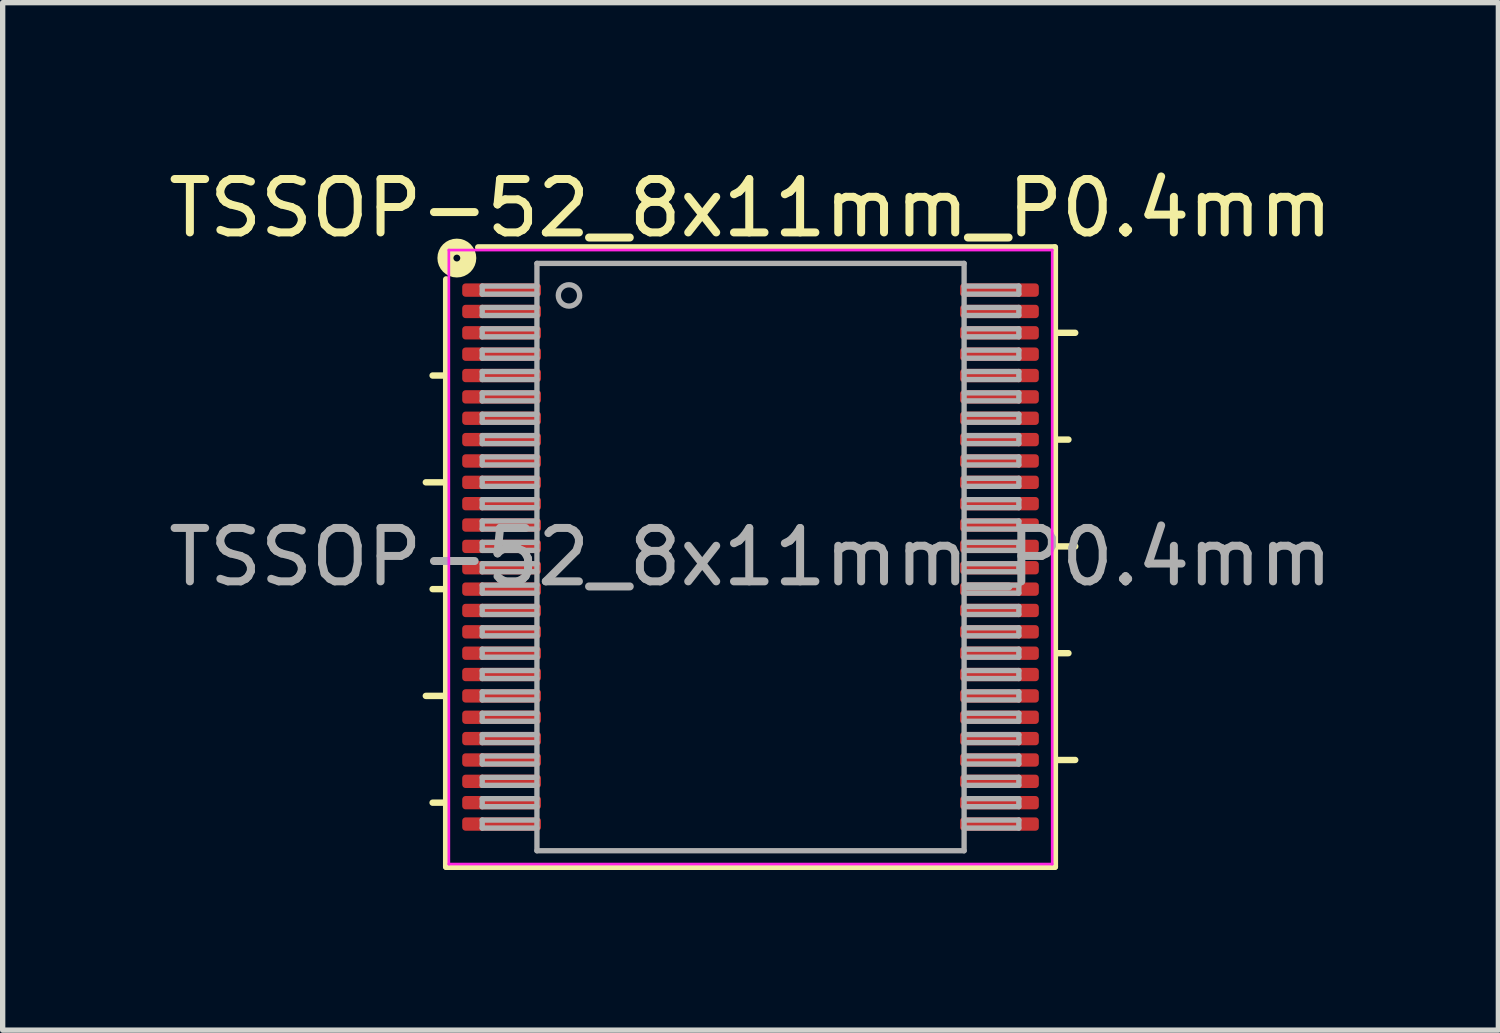
<source format=kicad_pcb>
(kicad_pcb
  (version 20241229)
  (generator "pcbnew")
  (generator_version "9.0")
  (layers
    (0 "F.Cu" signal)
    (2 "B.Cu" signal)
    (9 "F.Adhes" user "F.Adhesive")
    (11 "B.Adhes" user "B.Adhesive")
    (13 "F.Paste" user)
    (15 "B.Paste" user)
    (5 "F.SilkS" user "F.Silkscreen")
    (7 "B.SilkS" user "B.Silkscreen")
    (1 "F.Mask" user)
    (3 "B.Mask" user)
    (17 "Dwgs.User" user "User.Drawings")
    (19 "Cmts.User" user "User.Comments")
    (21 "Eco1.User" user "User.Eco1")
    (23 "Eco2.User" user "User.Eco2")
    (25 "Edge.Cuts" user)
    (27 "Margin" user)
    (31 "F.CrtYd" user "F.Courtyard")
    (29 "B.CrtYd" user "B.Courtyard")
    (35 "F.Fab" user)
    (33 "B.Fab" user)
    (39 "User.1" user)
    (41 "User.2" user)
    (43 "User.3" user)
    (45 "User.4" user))
  (footprint "TSSOP-52_8x11mm_P0.4mm"
    (layer "F.Cu")
    (at 11.006 7.383)
    (property "Reference" "TSSOP-52_8x11mm_P0.4mm" (at 0 -6.535 0) (layer "F.SilkS") (effects (font (size 1 1) (thickness 0.15))))
    (attr smd)
    (fp_line (start -5.7 -5.2) (end -5.7 5.8) (stroke (width 0.12) (type solid)) (layer "F.SilkS"))
    (fp_line (start -5.7 -3.4) (end -5.954 -3.4) (stroke (width 0.12) (type solid)) (layer "F.SilkS"))
    (fp_line (start -5.7 -1.4) (end -6.081 -1.4) (stroke (width 0.12) (type solid)) (layer "F.SilkS"))
    (fp_line (start -5.7 0.6) (end -5.954 0.6) (stroke (width 0.12) (type solid)) (layer "F.SilkS"))
    (fp_line (start -5.7 2.6) (end -6.081 2.6) (stroke (width 0.12) (type solid)) (layer "F.SilkS"))
    (fp_line (start -5.7 4.6) (end -5.954 4.6) (stroke (width 0.12) (type solid)) (layer "F.SilkS"))
    (fp_line (start -5.7 5.8) (end 5.7 5.8) (stroke (width 0.12) (type solid)) (layer "F.SilkS"))
    (fp_line (start 5.7 -5.8) (end -5.1 -5.8) (stroke (width 0.12) (type solid)) (layer "F.SilkS"))
    (fp_line (start 5.7 -4.2) (end 6.081 -4.2) (stroke (width 0.12) (type solid)) (layer "F.SilkS"))
    (fp_line (start 5.7 -2.2) (end 5.954 -2.2) (stroke (width 0.12) (type solid)) (layer "F.SilkS"))
    (fp_line (start 5.7 -0.2) (end 6.081 -0.2) (stroke (width 0.12) (type solid)) (layer "F.SilkS"))
    (fp_line (start 5.7 1.8) (end 5.954 1.8) (stroke (width 0.12) (type solid)) (layer "F.SilkS"))
    (fp_line (start 5.7 3.8) (end 6.081 3.8) (stroke (width 0.12) (type solid)) (layer "F.SilkS"))
    (fp_line (start 5.7 5.8) (end 5.7 -5.8) (stroke (width 0.12) (type solid)) (layer "F.SilkS"))
    (fp_circle (center -5.5 -5.6) (end -5.436 -5.6) (stroke (width 0.3) (type solid)) (fill no) (layer "F.SilkS"))
    (fp_line (start -5.65 -5.75) (end -5.65 5.75) (stroke (width 0.05) (type solid)) (layer "F.CrtYd"))
    (fp_line (start -5.65 5.75) (end 5.65 5.75) (stroke (width 0.05) (type solid)) (layer "F.CrtYd"))
    (fp_line (start 5.65 -5.75) (end -5.65 -5.75) (stroke (width 0.05) (type solid)) (layer "F.CrtYd"))
    (fp_line (start 5.65 5.75) (end 5.65 -5.75) (stroke (width 0.05) (type solid)) (layer "F.CrtYd"))
    (fp_line (start -5.025 -5.075) (end -5.025 -4.925) (stroke (width 0.1) (type solid)) (layer "F.Fab"))
    (fp_line (start -5.025 -5.075) (end -4 -5.075) (stroke (width 0.1) (type solid)) (layer "F.Fab"))
    (fp_line (start -5.025 -4.925) (end -4 -4.925) (stroke (width 0.1) (type solid)) (layer "F.Fab"))
    (fp_line (start -5.025 -4.675) (end -5.025 -4.525) (stroke (width 0.1) (type solid)) (layer "F.Fab"))
    (fp_line (start -5.025 -4.675) (end -4 -4.675) (stroke (width 0.1) (type solid)) (layer "F.Fab"))
    (fp_line (start -5.025 -4.525) (end -4 -4.525) (stroke (width 0.1) (type solid)) (layer "F.Fab"))
    (fp_line (start -5.025 -4.275) (end -5.025 -4.125) (stroke (width 0.1) (type solid)) (layer "F.Fab"))
    (fp_line (start -5.025 -4.275) (end -4 -4.275) (stroke (width 0.1) (type solid)) (layer "F.Fab"))
    (fp_line (start -5.025 -4.125) (end -4 -4.125) (stroke (width 0.1) (type solid)) (layer "F.Fab"))
    (fp_line (start -5.025 -3.875) (end -5.025 -3.725) (stroke (width 0.1) (type solid)) (layer "F.Fab"))
    (fp_line (start -5.025 -3.875) (end -4 -3.875) (stroke (width 0.1) (type solid)) (layer "F.Fab"))
    (fp_line (start -5.025 -3.725) (end -4 -3.725) (stroke (width 0.1) (type solid)) (layer "F.Fab"))
    (fp_line (start -5.025 -3.475) (end -5.025 -3.325) (stroke (width 0.1) (type solid)) (layer "F.Fab"))
    (fp_line (start -5.025 -3.475) (end -4 -3.475) (stroke (width 0.1) (type solid)) (layer "F.Fab"))
    (fp_line (start -5.025 -3.325) (end -4 -3.325) (stroke (width 0.1) (type solid)) (layer "F.Fab"))
    (fp_line (start -5.025 -3.075) (end -5.025 -2.925) (stroke (width 0.1) (type solid)) (layer "F.Fab"))
    (fp_line (start -5.025 -3.075) (end -4 -3.075) (stroke (width 0.1) (type solid)) (layer "F.Fab"))
    (fp_line (start -5.025 -2.925) (end -4 -2.925) (stroke (width 0.1) (type solid)) (layer "F.Fab"))
    (fp_line (start -5.025 -2.675) (end -5.025 -2.525) (stroke (width 0.1) (type solid)) (layer "F.Fab"))
    (fp_line (start -5.025 -2.675) (end -4 -2.675) (stroke (width 0.1) (type solid)) (layer "F.Fab"))
    (fp_line (start -5.025 -2.525) (end -4 -2.525) (stroke (width 0.1) (type solid)) (layer "F.Fab"))
    (fp_line (start -5.025 -2.275) (end -5.025 -2.125) (stroke (width 0.1) (type solid)) (layer "F.Fab"))
    (fp_line (start -5.025 -2.275) (end -4 -2.275) (stroke (width 0.1) (type solid)) (layer "F.Fab"))
    (fp_line (start -5.025 -2.125) (end -4 -2.125) (stroke (width 0.1) (type solid)) (layer "F.Fab"))
    (fp_line (start -5.025 -1.875) (end -5.025 -1.725) (stroke (width 0.1) (type solid)) (layer "F.Fab"))
    (fp_line (start -5.025 -1.875) (end -4 -1.875) (stroke (width 0.1) (type solid)) (layer "F.Fab"))
    (fp_line (start -5.025 -1.725) (end -4 -1.725) (stroke (width 0.1) (type solid)) (layer "F.Fab"))
    (fp_line (start -5.025 -1.475) (end -5.025 -1.325) (stroke (width 0.1) (type solid)) (layer "F.Fab"))
    (fp_line (start -5.025 -1.475) (end -4 -1.475) (stroke (width 0.1) (type solid)) (layer "F.Fab"))
    (fp_line (start -5.025 -1.325) (end -4 -1.325) (stroke (width 0.1) (type solid)) (layer "F.Fab"))
    (fp_line (start -5.025 -1.075) (end -5.025 -0.925) (stroke (width 0.1) (type solid)) (layer "F.Fab"))
    (fp_line (start -5.025 -1.075) (end -4 -1.075) (stroke (width 0.1) (type solid)) (layer "F.Fab"))
    (fp_line (start -5.025 -0.925) (end -4 -0.925) (stroke (width 0.1) (type solid)) (layer "F.Fab"))
    (fp_line (start -5.025 -0.675) (end -5.025 -0.525) (stroke (width 0.1) (type solid)) (layer "F.Fab"))
    (fp_line (start -5.025 -0.675) (end -4 -0.675) (stroke (width 0.1) (type solid)) (layer "F.Fab"))
    (fp_line (start -5.025 -0.525) (end -4 -0.525) (stroke (width 0.1) (type solid)) (layer "F.Fab"))
    (fp_line (start -5.025 -0.275) (end -5.025 -0.125) (stroke (width 0.1) (type solid)) (layer "F.Fab"))
    (fp_line (start -5.025 -0.275) (end -4 -0.275) (stroke (width 0.1) (type solid)) (layer "F.Fab"))
    (fp_line (start -5.025 -0.125) (end -4 -0.125) (stroke (width 0.1) (type solid)) (layer "F.Fab"))
    (fp_line (start -5.025 0.125) (end -5.025 0.275) (stroke (width 0.1) (type solid)) (layer "F.Fab"))
    (fp_line (start -5.025 0.125) (end -4 0.125) (stroke (width 0.1) (type solid)) (layer "F.Fab"))
    (fp_line (start -5.025 0.275) (end -4 0.275) (stroke (width 0.1) (type solid)) (layer "F.Fab"))
    (fp_line (start -5.025 0.525) (end -5.025 0.675) (stroke (width 0.1) (type solid)) (layer "F.Fab"))
    (fp_line (start -5.025 0.525) (end -4 0.525) (stroke (width 0.1) (type solid)) (layer "F.Fab"))
    (fp_line (start -5.025 0.675) (end -4 0.675) (stroke (width 0.1) (type solid)) (layer "F.Fab"))
    (fp_line (start -5.025 0.925) (end -5.025 1.075) (stroke (width 0.1) (type solid)) (layer "F.Fab"))
    (fp_line (start -5.025 0.925) (end -4 0.925) (stroke (width 0.1) (type solid)) (layer "F.Fab"))
    (fp_line (start -5.025 1.075) (end -4 1.075) (stroke (width 0.1) (type solid)) (layer "F.Fab"))
    (fp_line (start -5.025 1.325) (end -5.025 1.475) (stroke (width 0.1) (type solid)) (layer "F.Fab"))
    (fp_line (start -5.025 1.325) (end -4 1.325) (stroke (width 0.1) (type solid)) (layer "F.Fab"))
    (fp_line (start -5.025 1.475) (end -4 1.475) (stroke (width 0.1) (type solid)) (layer "F.Fab"))
    (fp_line (start -5.025 1.725) (end -5.025 1.875) (stroke (width 0.1) (type solid)) (layer "F.Fab"))
    (fp_line (start -5.025 1.725) (end -4 1.725) (stroke (width 0.1) (type solid)) (layer "F.Fab"))
    (fp_line (start -5.025 1.875) (end -4 1.875) (stroke (width 0.1) (type solid)) (layer "F.Fab"))
    (fp_line (start -5.025 2.125) (end -5.025 2.275) (stroke (width 0.1) (type solid)) (layer "F.Fab"))
    (fp_line (start -5.025 2.125) (end -4 2.125) (stroke (width 0.1) (type solid)) (layer "F.Fab"))
    (fp_line (start -5.025 2.275) (end -4 2.275) (stroke (width 0.1) (type solid)) (layer "F.Fab"))
    (fp_line (start -5.025 2.525) (end -5.025 2.675) (stroke (width 0.1) (type solid)) (layer "F.Fab"))
    (fp_line (start -5.025 2.525) (end -4 2.525) (stroke (width 0.1) (type solid)) (layer "F.Fab"))
    (fp_line (start -5.025 2.675) (end -4 2.675) (stroke (width 0.1) (type solid)) (layer "F.Fab"))
    (fp_line (start -5.025 2.925) (end -5.025 3.075) (stroke (width 0.1) (type solid)) (layer "F.Fab"))
    (fp_line (start -5.025 2.925) (end -4 2.925) (stroke (width 0.1) (type solid)) (layer "F.Fab"))
    (fp_line (start -5.025 3.075) (end -4 3.075) (stroke (width 0.1) (type solid)) (layer "F.Fab"))
    (fp_line (start -5.025 3.325) (end -5.025 3.475) (stroke (width 0.1) (type solid)) (layer "F.Fab"))
    (fp_line (start -5.025 3.325) (end -4 3.325) (stroke (width 0.1) (type solid)) (layer "F.Fab"))
    (fp_line (start -5.025 3.475) (end -4 3.475) (stroke (width 0.1) (type solid)) (layer "F.Fab"))
    (fp_line (start -5.025 3.725) (end -5.025 3.875) (stroke (width 0.1) (type solid)) (layer "F.Fab"))
    (fp_line (start -5.025 3.725) (end -4 3.725) (stroke (width 0.1) (type solid)) (layer "F.Fab"))
    (fp_line (start -5.025 3.875) (end -4 3.875) (stroke (width 0.1) (type solid)) (layer "F.Fab"))
    (fp_line (start -5.025 4.125) (end -5.025 4.275) (stroke (width 0.1) (type solid)) (layer "F.Fab"))
    (fp_line (start -5.025 4.125) (end -4 4.125) (stroke (width 0.1) (type solid)) (layer "F.Fab"))
    (fp_line (start -5.025 4.275) (end -4 4.275) (stroke (width 0.1) (type solid)) (layer "F.Fab"))
    (fp_line (start -5.025 4.525) (end -5.025 4.675) (stroke (width 0.1) (type solid)) (layer "F.Fab"))
    (fp_line (start -5.025 4.525) (end -4 4.525) (stroke (width 0.1) (type solid)) (layer "F.Fab"))
    (fp_line (start -5.025 4.675) (end -4 4.675) (stroke (width 0.1) (type solid)) (layer "F.Fab"))
    (fp_line (start -5.025 4.925) (end -5.025 5.075) (stroke (width 0.1) (type solid)) (layer "F.Fab"))
    (fp_line (start -5.025 4.925) (end -4 4.925) (stroke (width 0.1) (type solid)) (layer "F.Fab"))
    (fp_line (start -5.025 5.075) (end -4 5.075) (stroke (width 0.1) (type solid)) (layer "F.Fab"))
    (fp_line (start -4 -5.5) (end 4 -5.5) (stroke (width 0.1) (type solid)) (layer "F.Fab"))
    (fp_line (start -4 5.5) (end -4 -5.5) (stroke (width 0.1) (type solid)) (layer "F.Fab"))
    (fp_line (start 4 -5.5) (end 4 5.5) (stroke (width 0.1) (type solid)) (layer "F.Fab"))
    (fp_line (start 4 5.5) (end -4 5.5) (stroke (width 0.1) (type solid)) (layer "F.Fab"))
    (fp_line (start 5.025 -5.075) (end 4 -5.075) (stroke (width 0.1) (type solid)) (layer "F.Fab"))
    (fp_line (start 5.025 -4.925) (end 4 -4.925) (stroke (width 0.1) (type solid)) (layer "F.Fab"))
    (fp_line (start 5.025 -4.925) (end 5.025 -5.075) (stroke (width 0.1) (type solid)) (layer "F.Fab"))
    (fp_line (start 5.025 -4.675) (end 4 -4.675) (stroke (width 0.1) (type solid)) (layer "F.Fab"))
    (fp_line (start 5.025 -4.525) (end 4 -4.525) (stroke (width 0.1) (type solid)) (layer "F.Fab"))
    (fp_line (start 5.025 -4.525) (end 5.025 -4.675) (stroke (width 0.1) (type solid)) (layer "F.Fab"))
    (fp_line (start 5.025 -4.275) (end 4 -4.275) (stroke (width 0.1) (type solid)) (layer "F.Fab"))
    (fp_line (start 5.025 -4.125) (end 4 -4.125) (stroke (width 0.1) (type solid)) (layer "F.Fab"))
    (fp_line (start 5.025 -4.125) (end 5.025 -4.275) (stroke (width 0.1) (type solid)) (layer "F.Fab"))
    (fp_line (start 5.025 -3.875) (end 4 -3.875) (stroke (width 0.1) (type solid)) (layer "F.Fab"))
    (fp_line (start 5.025 -3.725) (end 4 -3.725) (stroke (width 0.1) (type solid)) (layer "F.Fab"))
    (fp_line (start 5.025 -3.725) (end 5.025 -3.875) (stroke (width 0.1) (type solid)) (layer "F.Fab"))
    (fp_line (start 5.025 -3.475) (end 4 -3.475) (stroke (width 0.1) (type solid)) (layer "F.Fab"))
    (fp_line (start 5.025 -3.325) (end 4 -3.325) (stroke (width 0.1) (type solid)) (layer "F.Fab"))
    (fp_line (start 5.025 -3.325) (end 5.025 -3.475) (stroke (width 0.1) (type solid)) (layer "F.Fab"))
    (fp_line (start 5.025 -3.075) (end 4 -3.075) (stroke (width 0.1) (type solid)) (layer "F.Fab"))
    (fp_line (start 5.025 -2.925) (end 4 -2.925) (stroke (width 0.1) (type solid)) (layer "F.Fab"))
    (fp_line (start 5.025 -2.925) (end 5.025 -3.075) (stroke (width 0.1) (type solid)) (layer "F.Fab"))
    (fp_line (start 5.025 -2.675) (end 4 -2.675) (stroke (width 0.1) (type solid)) (layer "F.Fab"))
    (fp_line (start 5.025 -2.525) (end 4 -2.525) (stroke (width 0.1) (type solid)) (layer "F.Fab"))
    (fp_line (start 5.025 -2.525) (end 5.025 -2.675) (stroke (width 0.1) (type solid)) (layer "F.Fab"))
    (fp_line (start 5.025 -2.275) (end 4 -2.275) (stroke (width 0.1) (type solid)) (layer "F.Fab"))
    (fp_line (start 5.025 -2.125) (end 4 -2.125) (stroke (width 0.1) (type solid)) (layer "F.Fab"))
    (fp_line (start 5.025 -2.125) (end 5.025 -2.275) (stroke (width 0.1) (type solid)) (layer "F.Fab"))
    (fp_line (start 5.025 -1.875) (end 4 -1.875) (stroke (width 0.1) (type solid)) (layer "F.Fab"))
    (fp_line (start 5.025 -1.725) (end 4 -1.725) (stroke (width 0.1) (type solid)) (layer "F.Fab"))
    (fp_line (start 5.025 -1.725) (end 5.025 -1.875) (stroke (width 0.1) (type solid)) (layer "F.Fab"))
    (fp_line (start 5.025 -1.475) (end 4 -1.475) (stroke (width 0.1) (type solid)) (layer "F.Fab"))
    (fp_line (start 5.025 -1.325) (end 4 -1.325) (stroke (width 0.1) (type solid)) (layer "F.Fab"))
    (fp_line (start 5.025 -1.325) (end 5.025 -1.475) (stroke (width 0.1) (type solid)) (layer "F.Fab"))
    (fp_line (start 5.025 -1.075) (end 4 -1.075) (stroke (width 0.1) (type solid)) (layer "F.Fab"))
    (fp_line (start 5.025 -0.925) (end 4 -0.925) (stroke (width 0.1) (type solid)) (layer "F.Fab"))
    (fp_line (start 5.025 -0.925) (end 5.025 -1.075) (stroke (width 0.1) (type solid)) (layer "F.Fab"))
    (fp_line (start 5.025 -0.675) (end 4 -0.675) (stroke (width 0.1) (type solid)) (layer "F.Fab"))
    (fp_line (start 5.025 -0.525) (end 4 -0.525) (stroke (width 0.1) (type solid)) (layer "F.Fab"))
    (fp_line (start 5.025 -0.525) (end 5.025 -0.675) (stroke (width 0.1) (type solid)) (layer "F.Fab"))
    (fp_line (start 5.025 -0.275) (end 4 -0.275) (stroke (width 0.1) (type solid)) (layer "F.Fab"))
    (fp_line (start 5.025 -0.125) (end 4 -0.125) (stroke (width 0.1) (type solid)) (layer "F.Fab"))
    (fp_line (start 5.025 -0.125) (end 5.025 -0.275) (stroke (width 0.1) (type solid)) (layer "F.Fab"))
    (fp_line (start 5.025 0.125) (end 4 0.125) (stroke (width 0.1) (type solid)) (layer "F.Fab"))
    (fp_line (start 5.025 0.275) (end 4 0.275) (stroke (width 0.1) (type solid)) (layer "F.Fab"))
    (fp_line (start 5.025 0.275) (end 5.025 0.125) (stroke (width 0.1) (type solid)) (layer "F.Fab"))
    (fp_line (start 5.025 0.525) (end 4 0.525) (stroke (width 0.1) (type solid)) (layer "F.Fab"))
    (fp_line (start 5.025 0.675) (end 4 0.675) (stroke (width 0.1) (type solid)) (layer "F.Fab"))
    (fp_line (start 5.025 0.675) (end 5.025 0.525) (stroke (width 0.1) (type solid)) (layer "F.Fab"))
    (fp_line (start 5.025 0.925) (end 4 0.925) (stroke (width 0.1) (type solid)) (layer "F.Fab"))
    (fp_line (start 5.025 1.075) (end 4 1.075) (stroke (width 0.1) (type solid)) (layer "F.Fab"))
    (fp_line (start 5.025 1.075) (end 5.025 0.925) (stroke (width 0.1) (type solid)) (layer "F.Fab"))
    (fp_line (start 5.025 1.325) (end 4 1.325) (stroke (width 0.1) (type solid)) (layer "F.Fab"))
    (fp_line (start 5.025 1.475) (end 4 1.475) (stroke (width 0.1) (type solid)) (layer "F.Fab"))
    (fp_line (start 5.025 1.475) (end 5.025 1.325) (stroke (width 0.1) (type solid)) (layer "F.Fab"))
    (fp_line (start 5.025 1.725) (end 4 1.725) (stroke (width 0.1) (type solid)) (layer "F.Fab"))
    (fp_line (start 5.025 1.875) (end 4 1.875) (stroke (width 0.1) (type solid)) (layer "F.Fab"))
    (fp_line (start 5.025 1.875) (end 5.025 1.725) (stroke (width 0.1) (type solid)) (layer "F.Fab"))
    (fp_line (start 5.025 2.125) (end 4 2.125) (stroke (width 0.1) (type solid)) (layer "F.Fab"))
    (fp_line (start 5.025 2.275) (end 4 2.275) (stroke (width 0.1) (type solid)) (layer "F.Fab"))
    (fp_line (start 5.025 2.275) (end 5.025 2.125) (stroke (width 0.1) (type solid)) (layer "F.Fab"))
    (fp_line (start 5.025 2.525) (end 4 2.525) (stroke (width 0.1) (type solid)) (layer "F.Fab"))
    (fp_line (start 5.025 2.675) (end 4 2.675) (stroke (width 0.1) (type solid)) (layer "F.Fab"))
    (fp_line (start 5.025 2.675) (end 5.025 2.525) (stroke (width 0.1) (type solid)) (layer "F.Fab"))
    (fp_line (start 5.025 2.925) (end 4 2.925) (stroke (width 0.1) (type solid)) (layer "F.Fab"))
    (fp_line (start 5.025 3.075) (end 4 3.075) (stroke (width 0.1) (type solid)) (layer "F.Fab"))
    (fp_line (start 5.025 3.075) (end 5.025 2.925) (stroke (width 0.1) (type solid)) (layer "F.Fab"))
    (fp_line (start 5.025 3.325) (end 4 3.325) (stroke (width 0.1) (type solid)) (layer "F.Fab"))
    (fp_line (start 5.025 3.475) (end 4 3.475) (stroke (width 0.1) (type solid)) (layer "F.Fab"))
    (fp_line (start 5.025 3.475) (end 5.025 3.325) (stroke (width 0.1) (type solid)) (layer "F.Fab"))
    (fp_line (start 5.025 3.725) (end 4 3.725) (stroke (width 0.1) (type solid)) (layer "F.Fab"))
    (fp_line (start 5.025 3.875) (end 4 3.875) (stroke (width 0.1) (type solid)) (layer "F.Fab"))
    (fp_line (start 5.025 3.875) (end 5.025 3.725) (stroke (width 0.1) (type solid)) (layer "F.Fab"))
    (fp_line (start 5.025 4.125) (end 4 4.125) (stroke (width 0.1) (type solid)) (layer "F.Fab"))
    (fp_line (start 5.025 4.275) (end 4 4.275) (stroke (width 0.1) (type solid)) (layer "F.Fab"))
    (fp_line (start 5.025 4.275) (end 5.025 4.125) (stroke (width 0.1) (type solid)) (layer "F.Fab"))
    (fp_line (start 5.025 4.525) (end 4 4.525) (stroke (width 0.1) (type solid)) (layer "F.Fab"))
    (fp_line (start 5.025 4.675) (end 4 4.675) (stroke (width 0.1) (type solid)) (layer "F.Fab"))
    (fp_line (start 5.025 4.675) (end 5.025 4.525) (stroke (width 0.1) (type solid)) (layer "F.Fab"))
    (fp_line (start 5.025 4.925) (end 4 4.925) (stroke (width 0.1) (type solid)) (layer "F.Fab"))
    (fp_line (start 5.025 5.075) (end 4 5.075) (stroke (width 0.1) (type solid)) (layer "F.Fab"))
    (fp_line (start 5.025 5.075) (end 5.025 4.925) (stroke (width 0.1) (type solid)) (layer "F.Fab"))
    (fp_circle (center -3.4 -4.9) (end -3.2 -4.9) (stroke (width 0.1) (type solid)) (fill no) (layer "F.Fab"))
    (fp_text user "${REFERENCE}" (at 0 0 0) (layer "F.Fab") (effects (font (size 1 1) (thickness 0.15))))
    (pad "1" smd roundrect (at -4.662 -5) (size 1.475 0.25) (layers "F.Cu" "F.Mask" "F.Paste") (roundrect_rratio 0.25))
    (pad "2" smd roundrect (at -4.662 -4.6) (size 1.475 0.25) (layers "F.Cu" "F.Mask" "F.Paste") (roundrect_rratio 0.25))
    (pad "3" smd roundrect (at -4.662 -4.2) (size 1.475 0.25) (layers "F.Cu" "F.Mask" "F.Paste") (roundrect_rratio 0.25))
    (pad "4" smd roundrect (at -4.662 -3.8) (size 1.475 0.25) (layers "F.Cu" "F.Mask" "F.Paste") (roundrect_rratio 0.25))
    (pad "5" smd roundrect (at -4.662 -3.4) (size 1.475 0.25) (layers "F.Cu" "F.Mask" "F.Paste") (roundrect_rratio 0.25))
    (pad "6" smd roundrect (at -4.662 -3) (size 1.475 0.25) (layers "F.Cu" "F.Mask" "F.Paste") (roundrect_rratio 0.25))
    (pad "7" smd roundrect (at -4.662 -2.6) (size 1.475 0.25) (layers "F.Cu" "F.Mask" "F.Paste") (roundrect_rratio 0.25))
    (pad "8" smd roundrect (at -4.662 -2.2) (size 1.475 0.25) (layers "F.Cu" "F.Mask" "F.Paste") (roundrect_rratio 0.25))
    (pad "9" smd roundrect (at -4.662 -1.8) (size 1.475 0.25) (layers "F.Cu" "F.Mask" "F.Paste") (roundrect_rratio 0.25))
    (pad "10" smd roundrect (at -4.662 -1.4) (size 1.475 0.25) (layers "F.Cu" "F.Mask" "F.Paste") (roundrect_rratio 0.25))
    (pad "11" smd roundrect (at -4.662 -1) (size 1.475 0.25) (layers "F.Cu" "F.Mask" "F.Paste") (roundrect_rratio 0.25))
    (pad "12" smd roundrect (at -4.662 -0.6) (size 1.475 0.25) (layers "F.Cu" "F.Mask" "F.Paste") (roundrect_rratio 0.25))
    (pad "13" smd roundrect (at -4.662 -0.2) (size 1.475 0.25) (layers "F.Cu" "F.Mask" "F.Paste") (roundrect_rratio 0.25))
    (pad "14" smd roundrect (at -4.662 0.2) (size 1.475 0.25) (layers "F.Cu" "F.Mask" "F.Paste") (roundrect_rratio 0.25))
    (pad "15" smd roundrect (at -4.662 0.6) (size 1.475 0.25) (layers "F.Cu" "F.Mask" "F.Paste") (roundrect_rratio 0.25))
    (pad "16" smd roundrect (at -4.662 1) (size 1.475 0.25) (layers "F.Cu" "F.Mask" "F.Paste") (roundrect_rratio 0.25))
    (pad "17" smd roundrect (at -4.662 1.4) (size 1.475 0.25) (layers "F.Cu" "F.Mask" "F.Paste") (roundrect_rratio 0.25))
    (pad "18" smd roundrect (at -4.662 1.8) (size 1.475 0.25) (layers "F.Cu" "F.Mask" "F.Paste") (roundrect_rratio 0.25))
    (pad "19" smd roundrect (at -4.662 2.2) (size 1.475 0.25) (layers "F.Cu" "F.Mask" "F.Paste") (roundrect_rratio 0.25))
    (pad "20" smd roundrect (at -4.662 2.6) (size 1.475 0.25) (layers "F.Cu" "F.Mask" "F.Paste") (roundrect_rratio 0.25))
    (pad "21" smd roundrect (at -4.662 3) (size 1.475 0.25) (layers "F.Cu" "F.Mask" "F.Paste") (roundrect_rratio 0.25))
    (pad "22" smd roundrect (at -4.662 3.4) (size 1.475 0.25) (layers "F.Cu" "F.Mask" "F.Paste") (roundrect_rratio 0.25))
    (pad "23" smd roundrect (at -4.662 3.8) (size 1.475 0.25) (layers "F.Cu" "F.Mask" "F.Paste") (roundrect_rratio 0.25))
    (pad "24" smd roundrect (at -4.662 4.2) (size 1.475 0.25) (layers "F.Cu" "F.Mask" "F.Paste") (roundrect_rratio 0.25))
    (pad "25" smd roundrect (at -4.662 4.6) (size 1.475 0.25) (layers "F.Cu" "F.Mask" "F.Paste") (roundrect_rratio 0.25))
    (pad "26" smd roundrect (at -4.662 5) (size 1.475 0.25) (layers "F.Cu" "F.Mask" "F.Paste") (roundrect_rratio 0.25))
    (pad "27" smd roundrect (at 4.662 5) (size 1.475 0.25) (layers "F.Cu" "F.Mask" "F.Paste") (roundrect_rratio 0.25))
    (pad "28" smd roundrect (at 4.662 4.6) (size 1.475 0.25) (layers "F.Cu" "F.Mask" "F.Paste") (roundrect_rratio 0.25))
    (pad "29" smd roundrect (at 4.662 4.2) (size 1.475 0.25) (layers "F.Cu" "F.Mask" "F.Paste") (roundrect_rratio 0.25))
    (pad "30" smd roundrect (at 4.662 3.8) (size 1.475 0.25) (layers "F.Cu" "F.Mask" "F.Paste") (roundrect_rratio 0.25))
    (pad "31" smd roundrect (at 4.662 3.4) (size 1.475 0.25) (layers "F.Cu" "F.Mask" "F.Paste") (roundrect_rratio 0.25))
    (pad "32" smd roundrect (at 4.662 3) (size 1.475 0.25) (layers "F.Cu" "F.Mask" "F.Paste") (roundrect_rratio 0.25))
    (pad "33" smd roundrect (at 4.662 2.6) (size 1.475 0.25) (layers "F.Cu" "F.Mask" "F.Paste") (roundrect_rratio 0.25))
    (pad "34" smd roundrect (at 4.662 2.2) (size 1.475 0.25) (layers "F.Cu" "F.Mask" "F.Paste") (roundrect_rratio 0.25))
    (pad "35" smd roundrect (at 4.662 1.8) (size 1.475 0.25) (layers "F.Cu" "F.Mask" "F.Paste") (roundrect_rratio 0.25))
    (pad "36" smd roundrect (at 4.662 1.4) (size 1.475 0.25) (layers "F.Cu" "F.Mask" "F.Paste") (roundrect_rratio 0.25))
    (pad "37" smd roundrect (at 4.662 1) (size 1.475 0.25) (layers "F.Cu" "F.Mask" "F.Paste") (roundrect_rratio 0.25))
    (pad "38" smd roundrect (at 4.662 0.6) (size 1.475 0.25) (layers "F.Cu" "F.Mask" "F.Paste") (roundrect_rratio 0.25))
    (pad "39" smd roundrect (at 4.662 0.2) (size 1.475 0.25) (layers "F.Cu" "F.Mask" "F.Paste") (roundrect_rratio 0.25))
    (pad "40" smd roundrect (at 4.662 -0.2) (size 1.475 0.25) (layers "F.Cu" "F.Mask" "F.Paste") (roundrect_rratio 0.25))
    (pad "41" smd roundrect (at 4.662 -0.6) (size 1.475 0.25) (layers "F.Cu" "F.Mask" "F.Paste") (roundrect_rratio 0.25))
    (pad "42" smd roundrect (at 4.662 -1) (size 1.475 0.25) (layers "F.Cu" "F.Mask" "F.Paste") (roundrect_rratio 0.25))
    (pad "43" smd roundrect (at 4.662 -1.4) (size 1.475 0.25) (layers "F.Cu" "F.Mask" "F.Paste") (roundrect_rratio 0.25))
    (pad "44" smd roundrect (at 4.662 -1.8) (size 1.475 0.25) (layers "F.Cu" "F.Mask" "F.Paste") (roundrect_rratio 0.25))
    (pad "45" smd roundrect (at 4.662 -2.2) (size 1.475 0.25) (layers "F.Cu" "F.Mask" "F.Paste") (roundrect_rratio 0.25))
    (pad "46" smd roundrect (at 4.662 -2.6) (size 1.475 0.25) (layers "F.Cu" "F.Mask" "F.Paste") (roundrect_rratio 0.25))
    (pad "47" smd roundrect (at 4.662 -3) (size 1.475 0.25) (layers "F.Cu" "F.Mask" "F.Paste") (roundrect_rratio 0.25))
    (pad "48" smd roundrect (at 4.662 -3.4) (size 1.475 0.25) (layers "F.Cu" "F.Mask" "F.Paste") (roundrect_rratio 0.25))
    (pad "49" smd roundrect (at 4.662 -3.8) (size 1.475 0.25) (layers "F.Cu" "F.Mask" "F.Paste") (roundrect_rratio 0.25))
    (pad "50" smd roundrect (at 4.662 -4.2) (size 1.475 0.25) (layers "F.Cu" "F.Mask" "F.Paste") (roundrect_rratio 0.25))
    (pad "51" smd roundrect (at 4.662 -4.6) (size 1.475 0.25) (layers "F.Cu" "F.Mask" "F.Paste") (roundrect_rratio 0.25))
    (pad "52" smd roundrect (at 4.662 -5) (size 1.475 0.25) (layers "F.Cu" "F.Mask" "F.Paste") (roundrect_rratio 0.25)))
  (gr_rect
    (start -3 -3)
    (end 25.012 16.243)
    (stroke (width 0.1) (type default))
    (fill no)
    (layer "Edge.Cuts")))
</source>
